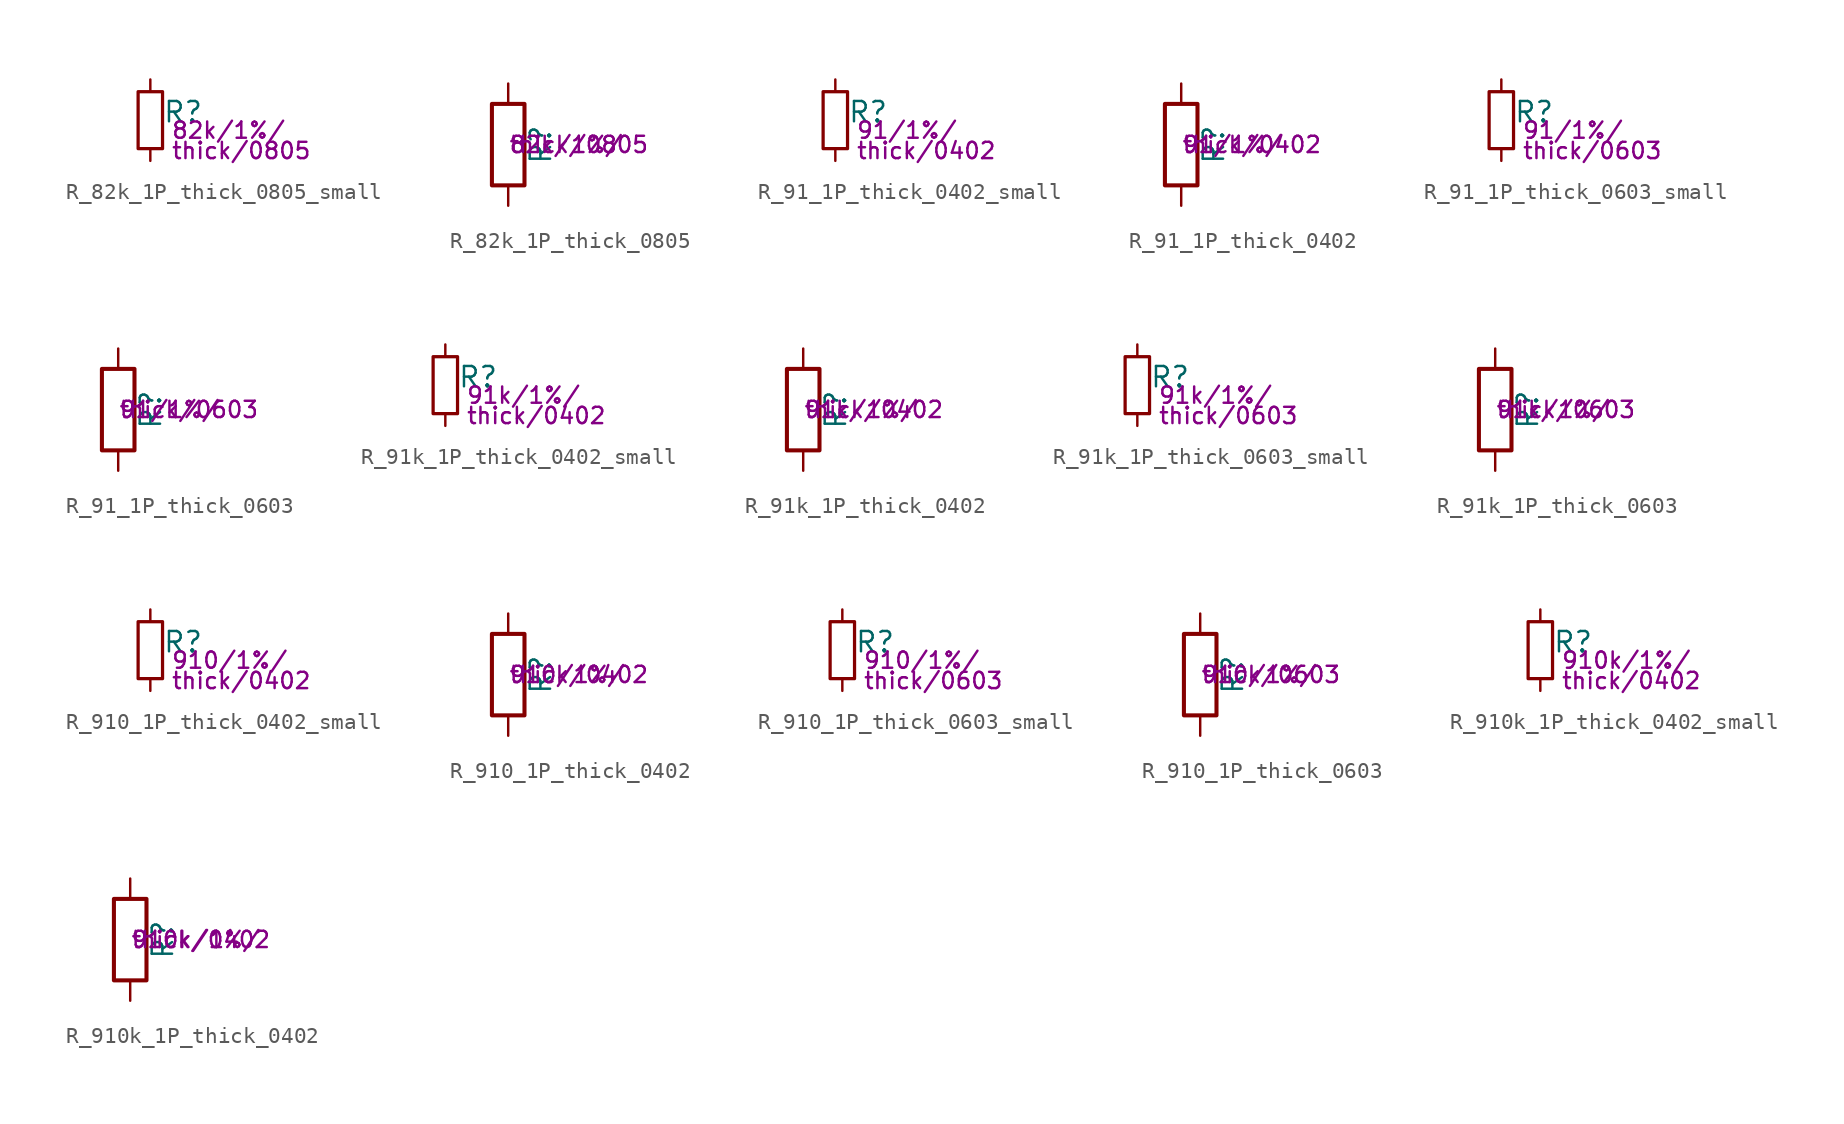
<source format=kicad_sym>
(kicad_symbol_lib
  (version 20211014)
  (generator kicad_symbol_editor)
  (symbol "R_82k_1P_thick_0805_small"
    (pin_numbers hide)
    (pin_names
      (offset 0.254) hide)
    (property "Reference" "R"
      (at 0.762 0.508 0)
      (effects (font (size 1.27 1.27)) (justify left)))
    (property "Params" "82k/1%/"
      (at 1.27 -0.635 0)
      (effects (font (size 1.016 1.016)) (justify left)))
    (property "Params2" "thick/0805"
      (at 1.27 -1.905 0)
      (effects (font (size 1.016 1.016)) (justify left)))
    (symbol "R_82k_1P_thick_0805_small_0_1"
      (rectangle (start -0.762 1.778) (end 0.762 -1.778) (stroke (width 0.203) (type default) (color 0 0 0 0)) (fill (type none))))
    (symbol "R_82k_1P_thick_0805_small_1_1"
      (pin passive line (at 0 2.54 270) (length 0.762) (name "~" (effects (font (size 1.27 1.27)))) (number "1" (effects (font (size 1.27 1.27)))))
      (pin passive line (at 0 -2.54 90) (length 0.762) (name "~" (effects (font (size 1.27 1.27)))) (number "2" (effects (font (size 1.27 1.27)))))))
  (symbol "R_82k_1P_thick_0805"
    (pin_numbers hide)
    (pin_names
      (offset 0))
    (property "Reference" "R"
      (at 2.032 0 90)
      (effects (font (size 1.27 1.27))))
    (property "Params" "82k/1%/"
      (at 0 0 0)
      (effects (font (size 1.016 1.016)) (justify left)))
    (property "Params2" "thick/0805"
      (at 0 0 0)
      (effects (font (size 1.016 1.016)) (justify left)))
    (symbol "R_82k_1P_thick_0805_0_1"
      (rectangle (start -1.016 -2.54) (end 1.016 2.54) (stroke (width 0.254) (type default) (color 0 0 0 0)) (fill (type none))))
    (symbol "R_82k_1P_thick_0805_1_1"
      (pin passive line (at 0 3.81 270) (length 1.27) (name "~" (effects (font (size 1.27 1.27)))) (number "1" (effects (font (size 1.27 1.27)))))
      (pin passive line (at 0 -3.81 90) (length 1.27) (name "~" (effects (font (size 1.27 1.27)))) (number "2" (effects (font (size 1.27 1.27)))))))
  (symbol "R_91_1P_thick_0402_small"
    (pin_numbers hide)
    (pin_names
      (offset 0.254) hide)
    (property "Reference" "R"
      (at 0.762 0.508 0)
      (effects (font (size 1.27 1.27)) (justify left)))
    (property "Params" "91/1%/"
      (at 1.27 -0.635 0)
      (effects (font (size 1.016 1.016)) (justify left)))
    (property "Params2" "thick/0402"
      (at 1.27 -1.905 0)
      (effects (font (size 1.016 1.016)) (justify left)))
    (symbol "R_91_1P_thick_0402_small_0_1"
      (rectangle (start -0.762 1.778) (end 0.762 -1.778) (stroke (width 0.203) (type default) (color 0 0 0 0)) (fill (type none))))
    (symbol "R_91_1P_thick_0402_small_1_1"
      (pin passive line (at 0 2.54 270) (length 0.762) (name "~" (effects (font (size 1.27 1.27)))) (number "1" (effects (font (size 1.27 1.27)))))
      (pin passive line (at 0 -2.54 90) (length 0.762) (name "~" (effects (font (size 1.27 1.27)))) (number "2" (effects (font (size 1.27 1.27)))))))
  (symbol "R_91_1P_thick_0402"
    (pin_numbers hide)
    (pin_names
      (offset 0))
    (property "Reference" "R"
      (at 2.032 0 90)
      (effects (font (size 1.27 1.27))))
    (property "Params" "91/1%/"
      (at 0 0 0)
      (effects (font (size 1.016 1.016)) (justify left)))
    (property "Params2" "thick/0402"
      (at 0 0 0)
      (effects (font (size 1.016 1.016)) (justify left)))
    (symbol "R_91_1P_thick_0402_0_1"
      (rectangle (start -1.016 -2.54) (end 1.016 2.54) (stroke (width 0.254) (type default) (color 0 0 0 0)) (fill (type none))))
    (symbol "R_91_1P_thick_0402_1_1"
      (pin passive line (at 0 3.81 270) (length 1.27) (name "~" (effects (font (size 1.27 1.27)))) (number "1" (effects (font (size 1.27 1.27)))))
      (pin passive line (at 0 -3.81 90) (length 1.27) (name "~" (effects (font (size 1.27 1.27)))) (number "2" (effects (font (size 1.27 1.27)))))))
  (symbol "R_91_1P_thick_0603_small"
    (pin_numbers hide)
    (pin_names
      (offset 0.254) hide)
    (property "Reference" "R"
      (at 0.762 0.508 0)
      (effects (font (size 1.27 1.27)) (justify left)))
    (property "Params" "91/1%/"
      (at 1.27 -0.635 0)
      (effects (font (size 1.016 1.016)) (justify left)))
    (property "Params2" "thick/0603"
      (at 1.27 -1.905 0)
      (effects (font (size 1.016 1.016)) (justify left)))
    (symbol "R_91_1P_thick_0603_small_0_1"
      (rectangle (start -0.762 1.778) (end 0.762 -1.778) (stroke (width 0.203) (type default) (color 0 0 0 0)) (fill (type none))))
    (symbol "R_91_1P_thick_0603_small_1_1"
      (pin passive line (at 0 2.54 270) (length 0.762) (name "~" (effects (font (size 1.27 1.27)))) (number "1" (effects (font (size 1.27 1.27)))))
      (pin passive line (at 0 -2.54 90) (length 0.762) (name "~" (effects (font (size 1.27 1.27)))) (number "2" (effects (font (size 1.27 1.27)))))))
  (symbol "R_91_1P_thick_0603"
    (pin_numbers hide)
    (pin_names
      (offset 0))
    (property "Reference" "R"
      (at 2.032 0 90)
      (effects (font (size 1.27 1.27))))
    (property "Params" "91/1%/"
      (at 0 0 0)
      (effects (font (size 1.016 1.016)) (justify left)))
    (property "Params2" "thick/0603"
      (at 0 0 0)
      (effects (font (size 1.016 1.016)) (justify left)))
    (symbol "R_91_1P_thick_0603_0_1"
      (rectangle (start -1.016 -2.54) (end 1.016 2.54) (stroke (width 0.254) (type default) (color 0 0 0 0)) (fill (type none))))
    (symbol "R_91_1P_thick_0603_1_1"
      (pin passive line (at 0 3.81 270) (length 1.27) (name "~" (effects (font (size 1.27 1.27)))) (number "1" (effects (font (size 1.27 1.27)))))
      (pin passive line (at 0 -3.81 90) (length 1.27) (name "~" (effects (font (size 1.27 1.27)))) (number "2" (effects (font (size 1.27 1.27)))))))
  (symbol "R_91k_1P_thick_0402_small"
    (pin_numbers hide)
    (pin_names
      (offset 0.254) hide)
    (property "Reference" "R"
      (at 0.762 0.508 0)
      (effects (font (size 1.27 1.27)) (justify left)))
    (property "Params" "91k/1%/"
      (at 1.27 -0.635 0)
      (effects (font (size 1.016 1.016)) (justify left)))
    (property "Params2" "thick/0402"
      (at 1.27 -1.905 0)
      (effects (font (size 1.016 1.016)) (justify left)))
    (symbol "R_91k_1P_thick_0402_small_0_1"
      (rectangle (start -0.762 1.778) (end 0.762 -1.778) (stroke (width 0.203) (type default) (color 0 0 0 0)) (fill (type none))))
    (symbol "R_91k_1P_thick_0402_small_1_1"
      (pin passive line (at 0 2.54 270) (length 0.762) (name "~" (effects (font (size 1.27 1.27)))) (number "1" (effects (font (size 1.27 1.27)))))
      (pin passive line (at 0 -2.54 90) (length 0.762) (name "~" (effects (font (size 1.27 1.27)))) (number "2" (effects (font (size 1.27 1.27)))))))
  (symbol "R_91k_1P_thick_0402"
    (pin_numbers hide)
    (pin_names
      (offset 0))
    (property "Reference" "R"
      (at 2.032 0 90)
      (effects (font (size 1.27 1.27))))
    (property "Params" "91k/1%/"
      (at 0 0 0)
      (effects (font (size 1.016 1.016)) (justify left)))
    (property "Params2" "thick/0402"
      (at 0 0 0)
      (effects (font (size 1.016 1.016)) (justify left)))
    (symbol "R_91k_1P_thick_0402_0_1"
      (rectangle (start -1.016 -2.54) (end 1.016 2.54) (stroke (width 0.254) (type default) (color 0 0 0 0)) (fill (type none))))
    (symbol "R_91k_1P_thick_0402_1_1"
      (pin passive line (at 0 3.81 270) (length 1.27) (name "~" (effects (font (size 1.27 1.27)))) (number "1" (effects (font (size 1.27 1.27)))))
      (pin passive line (at 0 -3.81 90) (length 1.27) (name "~" (effects (font (size 1.27 1.27)))) (number "2" (effects (font (size 1.27 1.27)))))))
  (symbol "R_91k_1P_thick_0603_small"
    (pin_numbers hide)
    (pin_names
      (offset 0.254) hide)
    (property "Reference" "R"
      (at 0.762 0.508 0)
      (effects (font (size 1.27 1.27)) (justify left)))
    (property "Params" "91k/1%/"
      (at 1.27 -0.635 0)
      (effects (font (size 1.016 1.016)) (justify left)))
    (property "Params2" "thick/0603"
      (at 1.27 -1.905 0)
      (effects (font (size 1.016 1.016)) (justify left)))
    (symbol "R_91k_1P_thick_0603_small_0_1"
      (rectangle (start -0.762 1.778) (end 0.762 -1.778) (stroke (width 0.203) (type default) (color 0 0 0 0)) (fill (type none))))
    (symbol "R_91k_1P_thick_0603_small_1_1"
      (pin passive line (at 0 2.54 270) (length 0.762) (name "~" (effects (font (size 1.27 1.27)))) (number "1" (effects (font (size 1.27 1.27)))))
      (pin passive line (at 0 -2.54 90) (length 0.762) (name "~" (effects (font (size 1.27 1.27)))) (number "2" (effects (font (size 1.27 1.27)))))))
  (symbol "R_91k_1P_thick_0603"
    (pin_numbers hide)
    (pin_names
      (offset 0))
    (property "Reference" "R"
      (at 2.032 0 90)
      (effects (font (size 1.27 1.27))))
    (property "Params" "91k/1%/"
      (at 0 0 0)
      (effects (font (size 1.016 1.016)) (justify left)))
    (property "Params2" "thick/0603"
      (at 0 0 0)
      (effects (font (size 1.016 1.016)) (justify left)))
    (symbol "R_91k_1P_thick_0603_0_1"
      (rectangle (start -1.016 -2.54) (end 1.016 2.54) (stroke (width 0.254) (type default) (color 0 0 0 0)) (fill (type none))))
    (symbol "R_91k_1P_thick_0603_1_1"
      (pin passive line (at 0 3.81 270) (length 1.27) (name "~" (effects (font (size 1.27 1.27)))) (number "1" (effects (font (size 1.27 1.27)))))
      (pin passive line (at 0 -3.81 90) (length 1.27) (name "~" (effects (font (size 1.27 1.27)))) (number "2" (effects (font (size 1.27 1.27)))))))
  (symbol "R_910_1P_thick_0402_small"
    (pin_numbers hide)
    (pin_names
      (offset 0.254) hide)
    (property "Reference" "R"
      (at 0.762 0.508 0)
      (effects (font (size 1.27 1.27)) (justify left)))
    (property "Params" "910/1%/"
      (at 1.27 -0.635 0)
      (effects (font (size 1.016 1.016)) (justify left)))
    (property "Params2" "thick/0402"
      (at 1.27 -1.905 0)
      (effects (font (size 1.016 1.016)) (justify left)))
    (symbol "R_910_1P_thick_0402_small_0_1"
      (rectangle (start -0.762 1.778) (end 0.762 -1.778) (stroke (width 0.203) (type default) (color 0 0 0 0)) (fill (type none))))
    (symbol "R_910_1P_thick_0402_small_1_1"
      (pin passive line (at 0 2.54 270) (length 0.762) (name "~" (effects (font (size 1.27 1.27)))) (number "1" (effects (font (size 1.27 1.27)))))
      (pin passive line (at 0 -2.54 90) (length 0.762) (name "~" (effects (font (size 1.27 1.27)))) (number "2" (effects (font (size 1.27 1.27)))))))
  (symbol "R_910_1P_thick_0402"
    (pin_numbers hide)
    (pin_names
      (offset 0))
    (property "Reference" "R"
      (at 2.032 0 90)
      (effects (font (size 1.27 1.27))))
    (property "Params" "910/1%/"
      (at 0 0 0)
      (effects (font (size 1.016 1.016)) (justify left)))
    (property "Params2" "thick/0402"
      (at 0 0 0)
      (effects (font (size 1.016 1.016)) (justify left)))
    (symbol "R_910_1P_thick_0402_0_1"
      (rectangle (start -1.016 -2.54) (end 1.016 2.54) (stroke (width 0.254) (type default) (color 0 0 0 0)) (fill (type none))))
    (symbol "R_910_1P_thick_0402_1_1"
      (pin passive line (at 0 3.81 270) (length 1.27) (name "~" (effects (font (size 1.27 1.27)))) (number "1" (effects (font (size 1.27 1.27)))))
      (pin passive line (at 0 -3.81 90) (length 1.27) (name "~" (effects (font (size 1.27 1.27)))) (number "2" (effects (font (size 1.27 1.27)))))))
  (symbol "R_910_1P_thick_0603_small"
    (pin_numbers hide)
    (pin_names
      (offset 0.254) hide)
    (property "Reference" "R"
      (at 0.762 0.508 0)
      (effects (font (size 1.27 1.27)) (justify left)))
    (property "Params" "910/1%/"
      (at 1.27 -0.635 0)
      (effects (font (size 1.016 1.016)) (justify left)))
    (property "Params2" "thick/0603"
      (at 1.27 -1.905 0)
      (effects (font (size 1.016 1.016)) (justify left)))
    (symbol "R_910_1P_thick_0603_small_0_1"
      (rectangle (start -0.762 1.778) (end 0.762 -1.778) (stroke (width 0.203) (type default) (color 0 0 0 0)) (fill (type none))))
    (symbol "R_910_1P_thick_0603_small_1_1"
      (pin passive line (at 0 2.54 270) (length 0.762) (name "~" (effects (font (size 1.27 1.27)))) (number "1" (effects (font (size 1.27 1.27)))))
      (pin passive line (at 0 -2.54 90) (length 0.762) (name "~" (effects (font (size 1.27 1.27)))) (number "2" (effects (font (size 1.27 1.27)))))))
  (symbol "R_910_1P_thick_0603"
    (pin_numbers hide)
    (pin_names
      (offset 0))
    (property "Reference" "R"
      (at 2.032 0 90)
      (effects (font (size 1.27 1.27))))
    (property "Params" "910/1%/"
      (at 0 0 0)
      (effects (font (size 1.016 1.016)) (justify left)))
    (property "Params2" "thick/0603"
      (at 0 0 0)
      (effects (font (size 1.016 1.016)) (justify left)))
    (symbol "R_910_1P_thick_0603_0_1"
      (rectangle (start -1.016 -2.54) (end 1.016 2.54) (stroke (width 0.254) (type default) (color 0 0 0 0)) (fill (type none))))
    (symbol "R_910_1P_thick_0603_1_1"
      (pin passive line (at 0 3.81 270) (length 1.27) (name "~" (effects (font (size 1.27 1.27)))) (number "1" (effects (font (size 1.27 1.27)))))
      (pin passive line (at 0 -3.81 90) (length 1.27) (name "~" (effects (font (size 1.27 1.27)))) (number "2" (effects (font (size 1.27 1.27)))))))
  (symbol "R_910k_1P_thick_0402_small"
    (pin_numbers hide)
    (pin_names
      (offset 0.254) hide)
    (property "Reference" "R"
      (at 0.762 0.508 0)
      (effects (font (size 1.27 1.27)) (justify left)))
    (property "Params" "910k/1%/"
      (at 1.27 -0.635 0)
      (effects (font (size 1.016 1.016)) (justify left)))
    (property "Params2" "thick/0402"
      (at 1.27 -1.905 0)
      (effects (font (size 1.016 1.016)) (justify left)))
    (symbol "R_910k_1P_thick_0402_small_0_1"
      (rectangle (start -0.762 1.778) (end 0.762 -1.778) (stroke (width 0.203) (type default) (color 0 0 0 0)) (fill (type none))))
    (symbol "R_910k_1P_thick_0402_small_1_1"
      (pin passive line (at 0 2.54 270) (length 0.762) (name "~" (effects (font (size 1.27 1.27)))) (number "1" (effects (font (size 1.27 1.27)))))
      (pin passive line (at 0 -2.54 90) (length 0.762) (name "~" (effects (font (size 1.27 1.27)))) (number "2" (effects (font (size 1.27 1.27)))))))
  (symbol "R_910k_1P_thick_0402"
    (pin_numbers hide)
    (pin_names
      (offset 0))
    (property "Reference" "R"
      (at 2.032 0 90)
      (effects (font (size 1.27 1.27))))
    (property "Params" "910k/1%/"
      (at 0 0 0)
      (effects (font (size 1.016 1.016)) (justify left)))
    (property "Params2" "thick/0402"
      (at 0 0 0)
      (effects (font (size 1.016 1.016)) (justify left)))
    (symbol "R_910k_1P_thick_0402_0_1"
      (rectangle (start -1.016 -2.54) (end 1.016 2.54) (stroke (width 0.254) (type default) (color 0 0 0 0)) (fill (type none))))
    (symbol "R_910k_1P_thick_0402_1_1"
      (pin passive line (at 0 3.81 270) (length 1.27) (name "~" (effects (font (size 1.27 1.27)))) (number "1" (effects (font (size 1.27 1.27)))))
      (pin passive line (at 0 -3.81 90) (length 1.27) (name "~" (effects (font (size 1.27 1.27)))) (number "2" (effects (font (size 1.27 1.27))))))))
</source>
